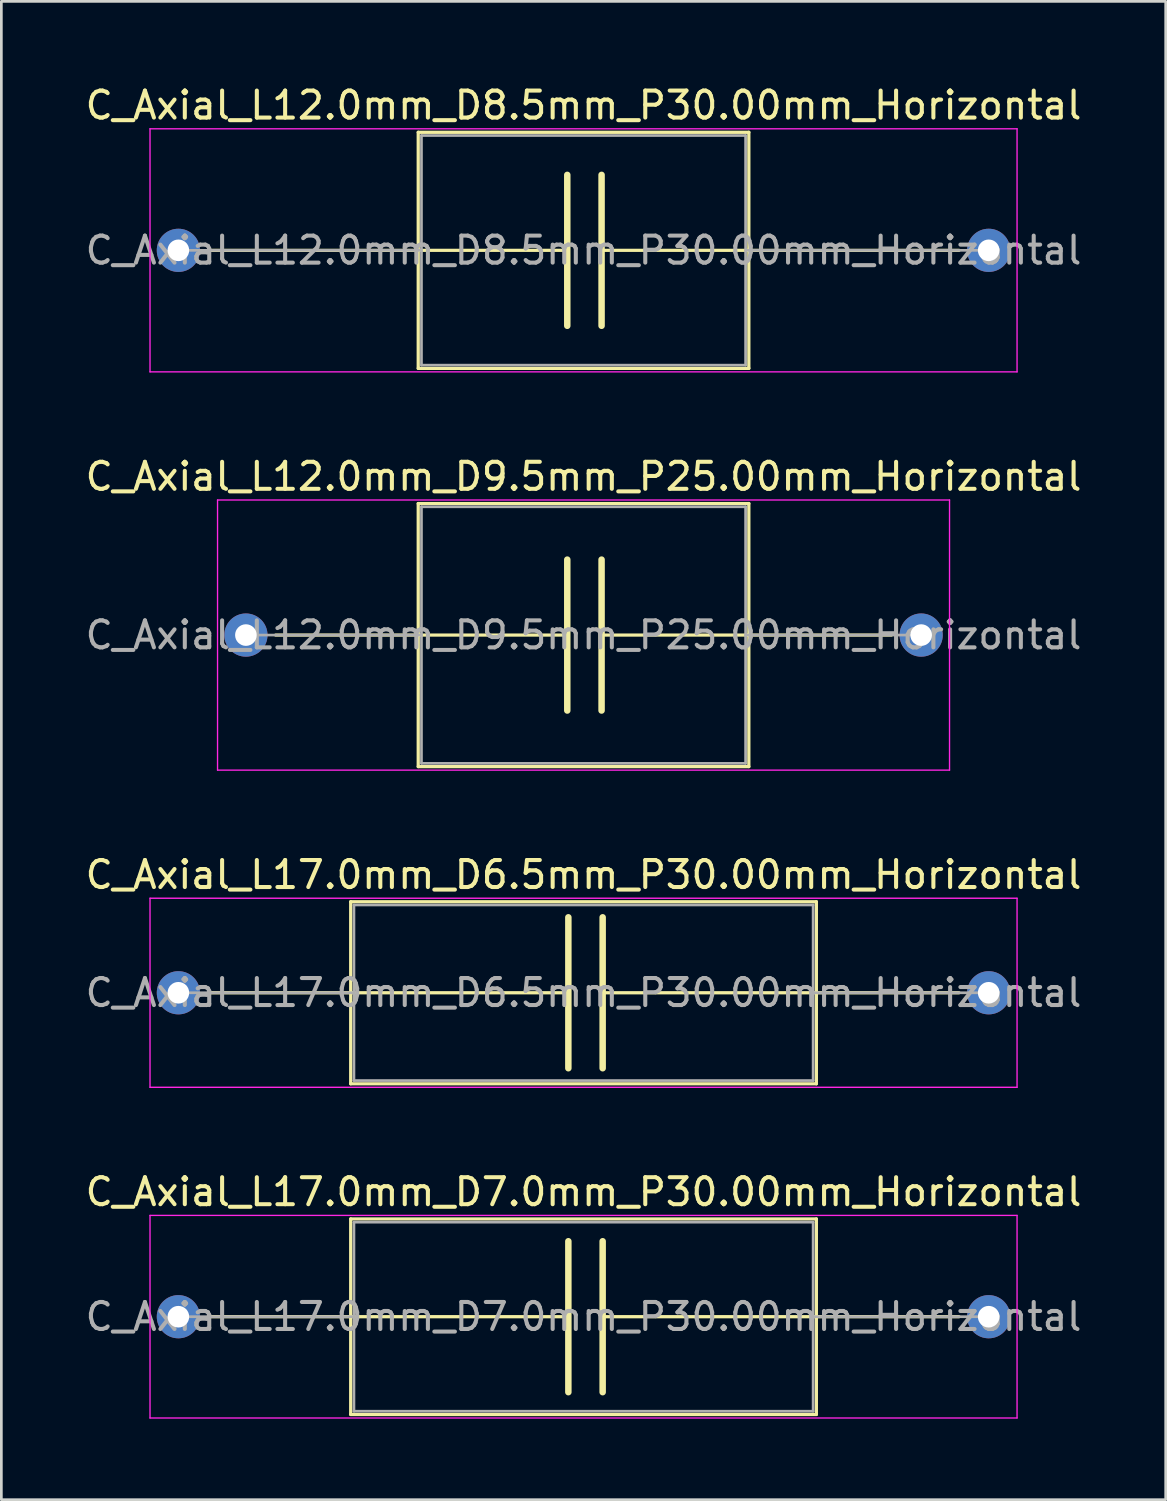
<source format=kicad_pcb>
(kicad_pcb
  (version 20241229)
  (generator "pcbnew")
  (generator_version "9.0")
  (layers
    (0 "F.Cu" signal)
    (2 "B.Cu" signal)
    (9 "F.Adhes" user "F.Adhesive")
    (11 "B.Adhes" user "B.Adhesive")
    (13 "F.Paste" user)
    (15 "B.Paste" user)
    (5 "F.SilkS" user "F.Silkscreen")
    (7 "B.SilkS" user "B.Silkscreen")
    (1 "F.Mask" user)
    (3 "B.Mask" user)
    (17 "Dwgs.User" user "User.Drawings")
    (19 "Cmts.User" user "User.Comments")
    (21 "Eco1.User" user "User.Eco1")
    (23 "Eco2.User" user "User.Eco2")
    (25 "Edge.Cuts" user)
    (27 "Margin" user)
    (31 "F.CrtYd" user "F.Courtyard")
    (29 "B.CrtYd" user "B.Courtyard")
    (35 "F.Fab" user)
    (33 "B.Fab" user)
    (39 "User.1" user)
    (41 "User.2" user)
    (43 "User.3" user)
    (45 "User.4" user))
  (footprint "C_Axial_L12.0mm_D9.5mm_P25.00mm_Horizontal"
    (layer "F.Cu")
    (at 6.054 20.462)
    (property "Reference" "C_Axial_L12.0mm_D9.5mm_P25.00mm_Horizontal" (at 12.5 -5.87 0) (layer "F.SilkS") (effects (font (size 1 1) (thickness 0.15))))
    (attr through_hole)
    (fp_line (start 1.1 0) (end 6.38 0) (stroke (width 0.12) (type solid)) (layer "F.SilkS"))
    (fp_line (start 6.38 -4.87) (end 6.38 4.87) (stroke (width 0.12) (type solid)) (layer "F.SilkS"))
    (fp_line (start 6.38 0) (end 11.898 0) (stroke (width 0.12) (type solid)) (layer "F.SilkS"))
    (fp_line (start 6.38 4.87) (end 18.62 4.87) (stroke (width 0.12) (type solid)) (layer "F.SilkS"))
    (fp_line (start 11.898 -2.794) (end 11.898 2.794) (stroke (width 0.24) (type solid)) (layer "F.SilkS"))
    (fp_line (start 13.168 2.794) (end 13.168 -2.794) (stroke (width 0.24) (type solid)) (layer "F.SilkS"))
    (fp_line (start 18.62 -4.87) (end 6.38 -4.87) (stroke (width 0.12) (type solid)) (layer "F.SilkS"))
    (fp_line (start 18.62 0) (end 13.168 0) (stroke (width 0.12) (type solid)) (layer "F.SilkS"))
    (fp_line (start 18.62 4.87) (end 18.62 -4.87) (stroke (width 0.12) (type solid)) (layer "F.SilkS"))
    (fp_line (start 23.9 0) (end 18.62 0) (stroke (width 0.12) (type solid)) (layer "F.SilkS"))
    (fp_line (start -1.05 -5) (end -1.05 5) (stroke (width 0.05) (type solid)) (layer "F.CrtYd"))
    (fp_line (start -1.05 5) (end 26.05 5) (stroke (width 0.05) (type solid)) (layer "F.CrtYd"))
    (fp_line (start 26.05 -5) (end -1.05 -5) (stroke (width 0.05) (type solid)) (layer "F.CrtYd"))
    (fp_line (start 26.05 5) (end 26.05 -5) (stroke (width 0.05) (type solid)) (layer "F.CrtYd"))
    (fp_line (start 0 0) (end 6.5 0) (stroke (width 0.1) (type solid)) (layer "F.Fab"))
    (fp_line (start 6.5 -4.75) (end 6.5 4.75) (stroke (width 0.1) (type solid)) (layer "F.Fab"))
    (fp_line (start 6.5 4.75) (end 18.5 4.75) (stroke (width 0.1) (type solid)) (layer "F.Fab"))
    (fp_line (start 18.5 -4.75) (end 6.5 -4.75) (stroke (width 0.1) (type solid)) (layer "F.Fab"))
    (fp_line (start 18.5 4.75) (end 18.5 -4.75) (stroke (width 0.1) (type solid)) (layer "F.Fab"))
    (fp_line (start 25 0) (end 18.5 0) (stroke (width 0.1) (type solid)) (layer "F.Fab"))
    (fp_text user "${REFERENCE}" (at 12.5 0 0) (layer "F.Fab") (effects (font (size 1 1) (thickness 0.15))))
    (pad "1" thru_hole circle (at 0 0) (size 1.6 1.6) (drill 0.8) (layers "*.Cu" "*.Mask"))
    (pad "2" thru_hole oval (at 25 0) (size 1.6 1.6) (drill 0.8) (layers "*.Cu" "*.Mask")))
  (footprint "C_Axial_L12.0mm_D8.5mm_P30.00mm_Horizontal"
    (layer "F.Cu")
    (at 3.554 6.218)
    (property "Reference" "C_Axial_L12.0mm_D8.5mm_P30.00mm_Horizontal" (at 15 -5.37 0) (layer "F.SilkS") (effects (font (size 1 1) (thickness 0.15))))
    (attr through_hole)
    (fp_line (start 1.1 0) (end 8.88 0) (stroke (width 0.12) (type solid)) (layer "F.SilkS"))
    (fp_line (start 8.88 -4.37) (end 8.88 4.37) (stroke (width 0.12) (type solid)) (layer "F.SilkS"))
    (fp_line (start 8.88 0) (end 14.398 0) (stroke (width 0.12) (type solid)) (layer "F.SilkS"))
    (fp_line (start 8.88 4.37) (end 21.12 4.37) (stroke (width 0.12) (type solid)) (layer "F.SilkS"))
    (fp_line (start 14.398 -2.794) (end 14.398 2.794) (stroke (width 0.24) (type solid)) (layer "F.SilkS"))
    (fp_line (start 15.668 2.794) (end 15.668 -2.794) (stroke (width 0.24) (type solid)) (layer "F.SilkS"))
    (fp_line (start 21.12 -4.37) (end 8.88 -4.37) (stroke (width 0.12) (type solid)) (layer "F.SilkS"))
    (fp_line (start 21.12 0) (end 15.668 0) (stroke (width 0.12) (type solid)) (layer "F.SilkS"))
    (fp_line (start 21.12 4.37) (end 21.12 -4.37) (stroke (width 0.12) (type solid)) (layer "F.SilkS"))
    (fp_line (start 28.9 0) (end 21.12 0) (stroke (width 0.12) (type solid)) (layer "F.SilkS"))
    (fp_line (start -1.05 -4.5) (end -1.05 4.5) (stroke (width 0.05) (type solid)) (layer "F.CrtYd"))
    (fp_line (start -1.05 4.5) (end 31.05 4.5) (stroke (width 0.05) (type solid)) (layer "F.CrtYd"))
    (fp_line (start 31.05 -4.5) (end -1.05 -4.5) (stroke (width 0.05) (type solid)) (layer "F.CrtYd"))
    (fp_line (start 31.05 4.5) (end 31.05 -4.5) (stroke (width 0.05) (type solid)) (layer "F.CrtYd"))
    (fp_line (start 0 0) (end 9 0) (stroke (width 0.1) (type solid)) (layer "F.Fab"))
    (fp_line (start 9 -4.25) (end 9 4.25) (stroke (width 0.1) (type solid)) (layer "F.Fab"))
    (fp_line (start 9 4.25) (end 21 4.25) (stroke (width 0.1) (type solid)) (layer "F.Fab"))
    (fp_line (start 21 -4.25) (end 9 -4.25) (stroke (width 0.1) (type solid)) (layer "F.Fab"))
    (fp_line (start 21 4.25) (end 21 -4.25) (stroke (width 0.1) (type solid)) (layer "F.Fab"))
    (fp_line (start 30 0) (end 21 0) (stroke (width 0.1) (type solid)) (layer "F.Fab"))
    (fp_text user "${REFERENCE}" (at 15 0 0) (layer "F.Fab") (effects (font (size 1 1) (thickness 0.15))))
    (pad "1" thru_hole circle (at 0 0) (size 1.6 1.6) (drill 0.8) (layers "*.Cu" "*.Mask"))
    (pad "2" thru_hole oval (at 30 0) (size 1.6 1.6) (drill 0.8) (layers "*.Cu" "*.Mask")))
  (footprint "C_Axial_L17.0mm_D7.0mm_P30.00mm_Horizontal"
    (layer "F.Cu")
    (at 3.554 45.698)
    (property "Reference" "C_Axial_L17.0mm_D7.0mm_P30.00mm_Horizontal" (at 15 -4.62 0) (layer "F.SilkS") (effects (font (size 1 1) (thickness 0.15))))
    (attr through_hole)
    (fp_line (start 1.1 0) (end 6.38 0) (stroke (width 0.12) (type solid)) (layer "F.SilkS"))
    (fp_line (start 6.38 -3.62) (end 6.38 3.62) (stroke (width 0.12) (type solid)) (layer "F.SilkS"))
    (fp_line (start 6.38 0) (end 14.438 0) (stroke (width 0.12) (type solid)) (layer "F.SilkS"))
    (fp_line (start 6.38 3.62) (end 23.62 3.62) (stroke (width 0.12) (type solid)) (layer "F.SilkS"))
    (fp_line (start 14.438 -2.794) (end 14.438 2.794) (stroke (width 0.24) (type solid)) (layer "F.SilkS"))
    (fp_line (start 15.708 2.794) (end 15.708 -2.794) (stroke (width 0.24) (type solid)) (layer "F.SilkS"))
    (fp_line (start 23.62 -3.62) (end 6.38 -3.62) (stroke (width 0.12) (type solid)) (layer "F.SilkS"))
    (fp_line (start 23.62 3.62) (end 23.62 -3.62) (stroke (width 0.12) (type solid)) (layer "F.SilkS"))
    (fp_line (start 23.622 0) (end 15.708 0) (stroke (width 0.12) (type solid)) (layer "F.SilkS"))
    (fp_line (start 28.9 0) (end 23.62 0) (stroke (width 0.12) (type solid)) (layer "F.SilkS"))
    (fp_line (start -1.05 -3.75) (end -1.05 3.75) (stroke (width 0.05) (type solid)) (layer "F.CrtYd"))
    (fp_line (start -1.05 3.75) (end 31.05 3.75) (stroke (width 0.05) (type solid)) (layer "F.CrtYd"))
    (fp_line (start 31.05 -3.75) (end -1.05 -3.75) (stroke (width 0.05) (type solid)) (layer "F.CrtYd"))
    (fp_line (start 31.05 3.75) (end 31.05 -3.75) (stroke (width 0.05) (type solid)) (layer "F.CrtYd"))
    (fp_line (start 0 0) (end 6.5 0) (stroke (width 0.1) (type solid)) (layer "F.Fab"))
    (fp_line (start 6.5 -3.5) (end 6.5 3.5) (stroke (width 0.1) (type solid)) (layer "F.Fab"))
    (fp_line (start 6.5 3.5) (end 23.5 3.5) (stroke (width 0.1) (type solid)) (layer "F.Fab"))
    (fp_line (start 23.5 -3.5) (end 6.5 -3.5) (stroke (width 0.1) (type solid)) (layer "F.Fab"))
    (fp_line (start 23.5 3.5) (end 23.5 -3.5) (stroke (width 0.1) (type solid)) (layer "F.Fab"))
    (fp_line (start 30 0) (end 23.5 0) (stroke (width 0.1) (type solid)) (layer "F.Fab"))
    (fp_text user "${REFERENCE}" (at 15 0 0) (layer "F.Fab") (effects (font (size 1 1) (thickness 0.15))))
    (pad "1" thru_hole circle (at 0 0) (size 1.6 1.6) (drill 0.8) (layers "*.Cu" "*.Mask"))
    (pad "2" thru_hole oval (at 30 0) (size 1.6 1.6) (drill 0.8) (layers "*.Cu" "*.Mask")))
  (footprint "C_Axial_L17.0mm_D6.5mm_P30.00mm_Horizontal"
    (layer "F.Cu")
    (at 3.554 33.705)
    (property "Reference" "C_Axial_L17.0mm_D6.5mm_P30.00mm_Horizontal" (at 15 -4.37 0) (layer "F.SilkS") (effects (font (size 1 1) (thickness 0.15))))
    (attr through_hole)
    (fp_line (start 1.1 0) (end 6.38 0) (stroke (width 0.12) (type solid)) (layer "F.SilkS"))
    (fp_line (start 6.38 -3.37) (end 6.38 3.37) (stroke (width 0.12) (type solid)) (layer "F.SilkS"))
    (fp_line (start 6.38 0) (end 14.438 0) (stroke (width 0.12) (type solid)) (layer "F.SilkS"))
    (fp_line (start 6.38 3.37) (end 23.62 3.37) (stroke (width 0.12) (type solid)) (layer "F.SilkS"))
    (fp_line (start 14.438 -2.794) (end 14.438 2.794) (stroke (width 0.24) (type solid)) (layer "F.SilkS"))
    (fp_line (start 15.708 2.794) (end 15.708 -2.794) (stroke (width 0.24) (type solid)) (layer "F.SilkS"))
    (fp_line (start 23.62 -3.37) (end 6.38 -3.37) (stroke (width 0.12) (type solid)) (layer "F.SilkS"))
    (fp_line (start 23.62 3.37) (end 23.62 -3.37) (stroke (width 0.12) (type solid)) (layer "F.SilkS"))
    (fp_line (start 23.622 0) (end 15.708 0) (stroke (width 0.12) (type solid)) (layer "F.SilkS"))
    (fp_line (start 28.9 0) (end 23.62 0) (stroke (width 0.12) (type solid)) (layer "F.SilkS"))
    (fp_line (start -1.05 -3.5) (end -1.05 3.5) (stroke (width 0.05) (type solid)) (layer "F.CrtYd"))
    (fp_line (start -1.05 3.5) (end 31.05 3.5) (stroke (width 0.05) (type solid)) (layer "F.CrtYd"))
    (fp_line (start 31.05 -3.5) (end -1.05 -3.5) (stroke (width 0.05) (type solid)) (layer "F.CrtYd"))
    (fp_line (start 31.05 3.5) (end 31.05 -3.5) (stroke (width 0.05) (type solid)) (layer "F.CrtYd"))
    (fp_line (start 0 0) (end 6.5 0) (stroke (width 0.1) (type solid)) (layer "F.Fab"))
    (fp_line (start 6.5 -3.25) (end 6.5 3.25) (stroke (width 0.1) (type solid)) (layer "F.Fab"))
    (fp_line (start 6.5 3.25) (end 23.5 3.25) (stroke (width 0.1) (type solid)) (layer "F.Fab"))
    (fp_line (start 23.5 -3.25) (end 6.5 -3.25) (stroke (width 0.1) (type solid)) (layer "F.Fab"))
    (fp_line (start 23.5 3.25) (end 23.5 -3.25) (stroke (width 0.1) (type solid)) (layer "F.Fab"))
    (fp_line (start 30 0) (end 23.5 0) (stroke (width 0.1) (type solid)) (layer "F.Fab"))
    (fp_text user "${REFERENCE}" (at 15 0 0) (layer "F.Fab") (effects (font (size 1 1) (thickness 0.15))))
    (pad "1" thru_hole circle (at 0 0) (size 1.6 1.6) (drill 0.8) (layers "*.Cu" "*.Mask"))
    (pad "2" thru_hole oval (at 30 0) (size 1.6 1.6) (drill 0.8) (layers "*.Cu" "*.Mask")))
  (gr_rect
    (start -3 -3)
    (end 40.107 52.473)
    (stroke (width 0.1) (type default))
    (fill no)
    (layer "Edge.Cuts")))
</source>
